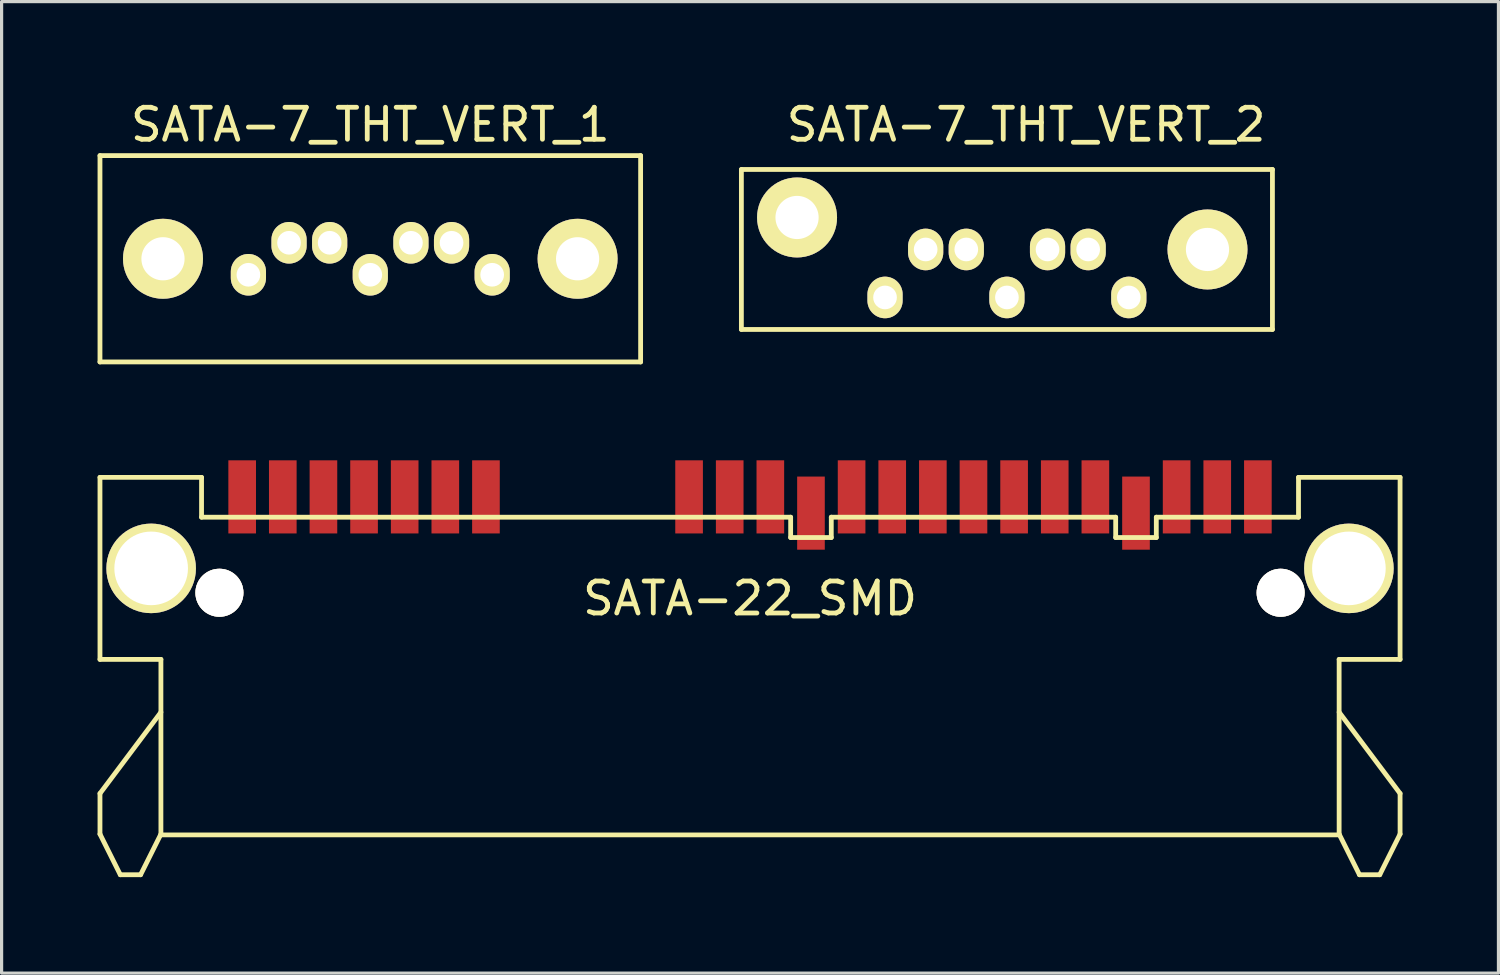
<source format=kicad_pcb>
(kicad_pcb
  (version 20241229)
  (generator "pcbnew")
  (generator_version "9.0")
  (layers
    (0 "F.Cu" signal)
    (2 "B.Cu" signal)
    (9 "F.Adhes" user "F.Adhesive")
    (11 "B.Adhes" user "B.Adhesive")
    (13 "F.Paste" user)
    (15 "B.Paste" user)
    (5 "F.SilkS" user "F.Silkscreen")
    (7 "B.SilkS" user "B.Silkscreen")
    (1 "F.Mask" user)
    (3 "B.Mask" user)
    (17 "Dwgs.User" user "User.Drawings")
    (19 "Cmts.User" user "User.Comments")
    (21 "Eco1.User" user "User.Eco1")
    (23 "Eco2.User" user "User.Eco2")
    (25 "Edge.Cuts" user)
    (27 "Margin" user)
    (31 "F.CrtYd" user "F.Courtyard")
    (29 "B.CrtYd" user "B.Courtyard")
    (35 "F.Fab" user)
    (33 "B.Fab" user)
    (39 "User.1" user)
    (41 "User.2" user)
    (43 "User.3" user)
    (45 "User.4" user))
  (footprint "SATA-22_SMD"
    (layer "F.Cu")
    (at 20.395 12.482)
    (property "Reference" "SATA-22_SMD" (at 0 3.175 0) (layer "F.SilkS") (effects (font (size 1 1) (thickness 0.15))))
    (attr through_hole)
    (fp_line (start -20.32 -0.61) (end -20.32 5.08) (stroke (width 0.15) (type solid)) (layer "F.SilkS"))
    (fp_line (start -20.32 5.08) (end -18.415 5.08) (stroke (width 0.15) (type solid)) (layer "F.SilkS"))
    (fp_line (start -20.32 9.271) (end -18.415 6.731) (stroke (width 0.15) (type solid)) (layer "F.SilkS"))
    (fp_line (start -20.32 10.541) (end -20.32 9.271) (stroke (width 0.15) (type solid)) (layer "F.SilkS"))
    (fp_line (start -19.685 11.811) (end -20.32 10.541) (stroke (width 0.15) (type solid)) (layer "F.SilkS"))
    (fp_line (start -19.05 11.811) (end -19.685 11.811) (stroke (width 0.15) (type solid)) (layer "F.SilkS"))
    (fp_line (start -18.415 5.08) (end -18.415 10.566) (stroke (width 0.15) (type solid)) (layer "F.SilkS"))
    (fp_line (start -18.415 10.541) (end -19.05 11.811) (stroke (width 0.15) (type solid)) (layer "F.SilkS"))
    (fp_line (start -18.415 10.566) (end 18.415 10.566) (stroke (width 0.15) (type solid)) (layer "F.SilkS"))
    (fp_line (start -17.145 -0.61) (end -20.32 -0.61) (stroke (width 0.15) (type solid)) (layer "F.SilkS"))
    (fp_line (start -17.145 -0.61) (end -17.145 0.635) (stroke (width 0.15) (type solid)) (layer "F.SilkS"))
    (fp_line (start -17.145 0.635) (end 1.27 0.635) (stroke (width 0.15) (type solid)) (layer "F.SilkS"))
    (fp_line (start 1.27 0.635) (end 1.27 1.27) (stroke (width 0.15) (type solid)) (layer "F.SilkS"))
    (fp_line (start 1.27 1.27) (end 2.54 1.27) (stroke (width 0.15) (type solid)) (layer "F.SilkS"))
    (fp_line (start 2.54 0.635) (end 11.43 0.635) (stroke (width 0.15) (type solid)) (layer "F.SilkS"))
    (fp_line (start 2.54 1.27) (end 2.54 0.635) (stroke (width 0.15) (type solid)) (layer "F.SilkS"))
    (fp_line (start 11.43 0.635) (end 11.43 1.27) (stroke (width 0.15) (type solid)) (layer "F.SilkS"))
    (fp_line (start 11.43 1.27) (end 12.7 1.27) (stroke (width 0.15) (type solid)) (layer "F.SilkS"))
    (fp_line (start 12.7 0.635) (end 17.145 0.635) (stroke (width 0.15) (type solid)) (layer "F.SilkS"))
    (fp_line (start 12.7 1.27) (end 12.7 0.635) (stroke (width 0.15) (type solid)) (layer "F.SilkS"))
    (fp_line (start 17.145 -0.61) (end 17.145 0.635) (stroke (width 0.15) (type solid)) (layer "F.SilkS"))
    (fp_line (start 18.415 5.08) (end 20.32 5.08) (stroke (width 0.15) (type solid)) (layer "F.SilkS"))
    (fp_line (start 18.415 10.541) (end 19.05 11.811) (stroke (width 0.15) (type solid)) (layer "F.SilkS"))
    (fp_line (start 18.415 10.566) (end 18.415 5.08) (stroke (width 0.15) (type solid)) (layer "F.SilkS"))
    (fp_line (start 19.05 11.811) (end 19.685 11.811) (stroke (width 0.15) (type solid)) (layer "F.SilkS"))
    (fp_line (start 19.685 11.811) (end 20.32 10.541) (stroke (width 0.15) (type solid)) (layer "F.SilkS"))
    (fp_line (start 20.32 -0.61) (end 17.145 -0.61) (stroke (width 0.15) (type solid)) (layer "F.SilkS"))
    (fp_line (start 20.32 5.08) (end 20.32 -0.61) (stroke (width 0.15) (type solid)) (layer "F.SilkS"))
    (fp_line (start 20.32 9.271) (end 18.415 6.731) (stroke (width 0.15) (type solid)) (layer "F.SilkS"))
    (fp_line (start 20.32 10.541) (end 20.32 9.271) (stroke (width 0.15) (type solid)) (layer "F.SilkS"))
    (pad "" thru_hole circle (at -18.72 2.235) (size 2.799 2.799) (drill 2.301) (layers "*.Cu" "*.Mask" "F.SilkS"))
    (pad "" thru_hole circle (at -16.586 2.997) (size 1.501 1.501) (drill 1.501) (layers "*.Cu" "*.Mask" "F.SilkS"))
    (pad "" thru_hole circle (at 16.586 2.997) (size 1.501 1.501) (drill 1.501) (layers "*.Cu" "*.Mask" "F.SilkS"))
    (pad "" thru_hole circle (at 18.72 2.235) (size 2.799 2.799) (drill 2.301) (layers "*.Cu" "*.Mask" "F.SilkS"))
    (pad "1" smd rect (at -15.875 0) (size 0.864 2.286) (layers "F.Cu" "F.Mask" "F.Paste"))
    (pad "2" smd rect (at -14.605 0) (size 0.864 2.286) (layers "F.Cu" "F.Mask" "F.Paste"))
    (pad "3" smd rect (at -13.335 0) (size 0.864 2.286) (layers "F.Cu" "F.Mask" "F.Paste"))
    (pad "4" smd rect (at -12.065 0) (size 0.864 2.286) (layers "F.Cu" "F.Mask" "F.Paste"))
    (pad "5" smd rect (at -10.795 0) (size 0.864 2.286) (layers "F.Cu" "F.Mask" "F.Paste"))
    (pad "6" smd rect (at -9.525 0) (size 0.864 2.286) (layers "F.Cu" "F.Mask" "F.Paste"))
    (pad "7" smd rect (at -8.255 0) (size 0.864 2.286) (layers "F.Cu" "F.Mask" "F.Paste"))
    (pad "8" smd rect (at -1.905 0) (size 0.864 2.286) (layers "F.Cu" "F.Mask" "F.Paste"))
    (pad "9" smd rect (at -0.635 0) (size 0.864 2.286) (layers "F.Cu" "F.Mask" "F.Paste"))
    (pad "10" smd rect (at 0.635 0) (size 0.864 2.286) (layers "F.Cu" "F.Mask" "F.Paste"))
    (pad "11" smd rect (at 1.905 0.508) (size 0.864 2.286) (layers "F.Cu" "F.Mask" "F.Paste"))
    (pad "12" smd rect (at 3.175 0) (size 0.864 2.286) (layers "F.Cu" "F.Mask" "F.Paste"))
    (pad "13" smd rect (at 4.445 0) (size 0.864 2.286) (layers "F.Cu" "F.Mask" "F.Paste"))
    (pad "14" smd rect (at 5.715 0) (size 0.864 2.286) (layers "F.Cu" "F.Mask" "F.Paste"))
    (pad "15" smd rect (at 6.985 0) (size 0.864 2.286) (layers "F.Cu" "F.Mask" "F.Paste"))
    (pad "16" smd rect (at 8.255 0) (size 0.864 2.286) (layers "F.Cu" "F.Mask" "F.Paste"))
    (pad "17" smd rect (at 9.525 0) (size 0.864 2.286) (layers "F.Cu" "F.Mask" "F.Paste"))
    (pad "18" smd rect (at 10.795 0) (size 0.864 2.286) (layers "F.Cu" "F.Mask" "F.Paste"))
    (pad "19" smd rect (at 12.065 0.508) (size 0.864 2.286) (layers "F.Cu" "F.Mask" "F.Paste"))
    (pad "20" smd rect (at 13.335 0) (size 0.864 2.286) (layers "F.Cu" "F.Mask" "F.Paste"))
    (pad "21" smd rect (at 14.605 0) (size 0.864 2.286) (layers "F.Cu" "F.Mask" "F.Paste"))
    (pad "22" smd rect (at 15.875 0) (size 0.864 2.286) (layers "F.Cu" "F.Mask" "F.Paste")))
  (footprint "SATA-7_THT_VERT_2"
    (layer "F.Cu")
    (at 28.425 4.748)
    (property "Reference" "SATA-7_THT_VERT_2" (at 0.6 -3.9 0) (layer "F.SilkS") (effects (font (size 1 1) (thickness 0.15))))
    (attr through_hole)
    (fp_line (start -8.3 -2.5) (end 8.3 -2.5) (stroke (width 0.15) (type solid)) (layer "F.SilkS"))
    (fp_line (start -8.3 2.5) (end -8.3 -2.5) (stroke (width 0.15) (type solid)) (layer "F.SilkS"))
    (fp_line (start 8.3 -2.5) (end 8.3 2.5) (stroke (width 0.15) (type solid)) (layer "F.SilkS"))
    (fp_line (start 8.3 2.5) (end -8.3 2.5) (stroke (width 0.15) (type solid)) (layer "F.SilkS"))
    (pad "1" thru_hole oval (at 3.81 1.5) (size 1.1 1.3) (drill 0.74) (layers "*.Cu" "*.Mask" "F.SilkS"))
    (pad "2" thru_hole oval (at 2.54 0) (size 1.1 1.3) (drill 0.74) (layers "*.Cu" "*.Mask" "F.SilkS"))
    (pad "3" thru_hole oval (at 1.27 0) (size 1.1 1.3) (drill 0.74) (layers "*.Cu" "*.Mask" "F.SilkS"))
    (pad "4" thru_hole oval (at 0 1.5) (size 1.1 1.3) (drill 0.74) (layers "*.Cu" "*.Mask" "F.SilkS"))
    (pad "5" thru_hole oval (at -1.27 0) (size 1.1 1.3) (drill 0.74) (layers "*.Cu" "*.Mask" "F.SilkS"))
    (pad "6" thru_hole oval (at -2.54 0) (size 1.1 1.3) (drill 0.74) (layers "*.Cu" "*.Mask" "F.SilkS"))
    (pad "7" thru_hole oval (at -3.81 1.5) (size 1.1 1.3) (drill 0.74) (layers "*.Cu" "*.Mask" "F.SilkS"))
    (pad "8" thru_hole circle (at -6.56 -1) (size 2.5 2.5) (drill 1.35) (layers "*.Cu" "*.Mask" "F.SilkS"))
    (pad "9" thru_hole circle (at 6.27 0) (size 2.5 2.5) (drill 1.35) (layers "*.Cu" "*.Mask" "F.SilkS")))
  (footprint "SATA-7_THT_VERT_1"
    (layer "F.Cu")
    (at 8.525 5.039)
    (property "Reference" "SATA-7_THT_VERT_1" (at 0 -4.191 0) (layer "F.SilkS") (effects (font (size 1 1) (thickness 0.15))))
    (attr through_hole)
    (fp_line (start -8.45 -3.225) (end 8.45 -3.225) (stroke (width 0.15) (type solid)) (layer "F.SilkS"))
    (fp_line (start -8.45 3.225) (end -8.45 -3.225) (stroke (width 0.15) (type solid)) (layer "F.SilkS"))
    (fp_line (start 8.45 -3.225) (end 8.45 3.225) (stroke (width 0.15) (type solid)) (layer "F.SilkS"))
    (fp_line (start 8.45 3.225) (end -8.45 3.225) (stroke (width 0.15) (type solid)) (layer "F.SilkS"))
    (pad "1" thru_hole oval (at 3.81 0.5) (size 1.1 1.3) (drill 0.74) (layers "*.Cu" "*.Mask" "F.SilkS"))
    (pad "2" thru_hole oval (at 2.54 -0.5) (size 1.1 1.3) (drill 0.74) (layers "*.Cu" "*.Mask" "F.SilkS"))
    (pad "3" thru_hole oval (at 1.27 -0.5) (size 1.1 1.3) (drill 0.74) (layers "*.Cu" "*.Mask" "F.SilkS"))
    (pad "4" thru_hole oval (at 0 0.5) (size 1.1 1.3) (drill 0.74) (layers "*.Cu" "*.Mask" "F.SilkS"))
    (pad "5" thru_hole oval (at -1.27 -0.5) (size 1.1 1.3) (drill 0.74) (layers "*.Cu" "*.Mask" "F.SilkS"))
    (pad "6" thru_hole oval (at -2.54 -0.5) (size 1.1 1.3) (drill 0.74) (layers "*.Cu" "*.Mask" "F.SilkS"))
    (pad "7" thru_hole oval (at -3.81 0.5) (size 1.1 1.3) (drill 0.74) (layers "*.Cu" "*.Mask" "F.SilkS"))
    (pad "8" thru_hole circle (at -6.48 0) (size 2.5 2.5) (drill 1.35) (layers "*.Cu" "*.Mask" "F.SilkS"))
    (pad "9" thru_hole circle (at 6.48 0) (size 2.5 2.5) (drill 1.35) (layers "*.Cu" "*.Mask" "F.SilkS")))
  (gr_rect
    (start -3 -3)
    (end 43.79 27.368)
    (stroke (width 0.1) (type default))
    (fill no)
    (layer "Edge.Cuts")))
</source>
